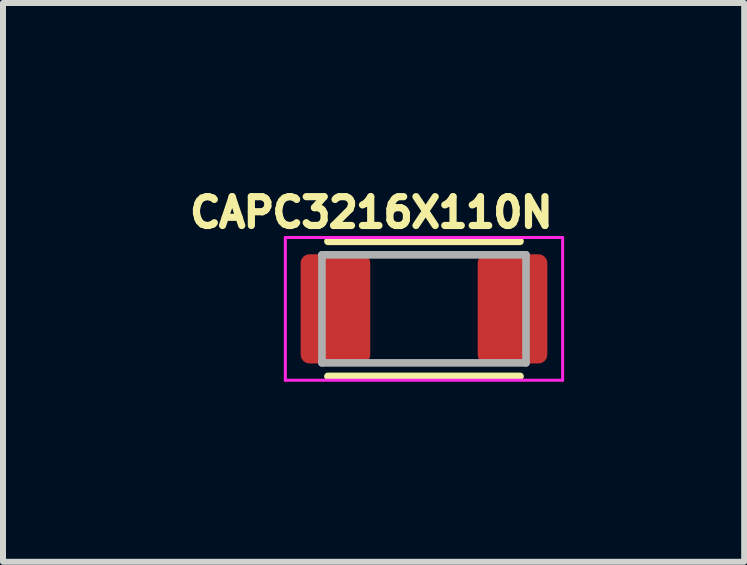
<source format=kicad_pcb>
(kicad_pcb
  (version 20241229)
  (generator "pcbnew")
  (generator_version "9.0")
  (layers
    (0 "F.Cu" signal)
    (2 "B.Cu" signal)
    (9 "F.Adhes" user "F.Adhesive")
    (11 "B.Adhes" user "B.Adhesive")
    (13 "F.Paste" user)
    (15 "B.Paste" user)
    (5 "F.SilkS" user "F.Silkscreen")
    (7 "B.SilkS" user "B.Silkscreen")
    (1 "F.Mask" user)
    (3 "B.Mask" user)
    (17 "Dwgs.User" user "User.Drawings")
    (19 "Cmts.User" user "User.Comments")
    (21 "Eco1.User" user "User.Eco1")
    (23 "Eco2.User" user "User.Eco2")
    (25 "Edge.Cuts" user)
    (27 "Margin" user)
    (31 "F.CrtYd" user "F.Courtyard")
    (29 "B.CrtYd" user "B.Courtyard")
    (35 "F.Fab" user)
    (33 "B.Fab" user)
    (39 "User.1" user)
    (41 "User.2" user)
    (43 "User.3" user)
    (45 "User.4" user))
  (footprint "CAPC3216X110N"
    (layer "F.Cu")
    (at 4.014 2.096)
    (property "Reference" "CAPC3216X110N" (at -0.876 -1.605 0) (layer "F.SilkS") (effects (font (size 0.48 0.48) (thickness 0.15))))
    (attr smd)
    (fp_line (start -1.6 -1.125) (end 1.6 -1.125) (stroke (width 0.127) (type solid)) (layer "F.SilkS"))
    (fp_line (start -1.6 1.125) (end 1.6 1.125) (stroke (width 0.127) (type solid)) (layer "F.SilkS"))
    (fp_line (start -2.31 -1.189) (end 2.31 -1.189) (stroke (width 0.05) (type solid)) (layer "F.CrtYd"))
    (fp_line (start -2.31 1.189) (end -2.31 -1.189) (stroke (width 0.05) (type solid)) (layer "F.CrtYd"))
    (fp_line (start 2.31 -1.189) (end 2.31 1.189) (stroke (width 0.05) (type solid)) (layer "F.CrtYd"))
    (fp_line (start 2.31 1.189) (end -2.31 1.189) (stroke (width 0.05) (type solid)) (layer "F.CrtYd"))
    (fp_line (start -1.7 -0.9) (end 1.7 -0.9) (stroke (width 0.127) (type solid)) (layer "F.Fab"))
    (fp_line (start -1.7 0.9) (end -1.7 -0.9) (stroke (width 0.127) (type solid)) (layer "F.Fab"))
    (fp_line (start 1.7 -0.9) (end 1.7 0.9) (stroke (width 0.127) (type solid)) (layer "F.Fab"))
    (fp_line (start 1.7 0.9) (end -1.7 0.9) (stroke (width 0.127) (type solid)) (layer "F.Fab"))
    (pad "1" smd roundrect (at -1.475 0) (size 1.16 1.82) (layers "F.Cu" "F.Mask" "F.Paste") (roundrect_rratio 0.125))
    (pad "2" smd roundrect (at 1.475 0) (size 1.16 1.82) (layers "F.Cu" "F.Mask" "F.Paste") (roundrect_rratio 0.125)))
  (gr_rect
    (start -3 -3)
    (end 9.349 6.31)
    (stroke (width 0.1) (type default))
    (fill no)
    (layer "Edge.Cuts")))
</source>
